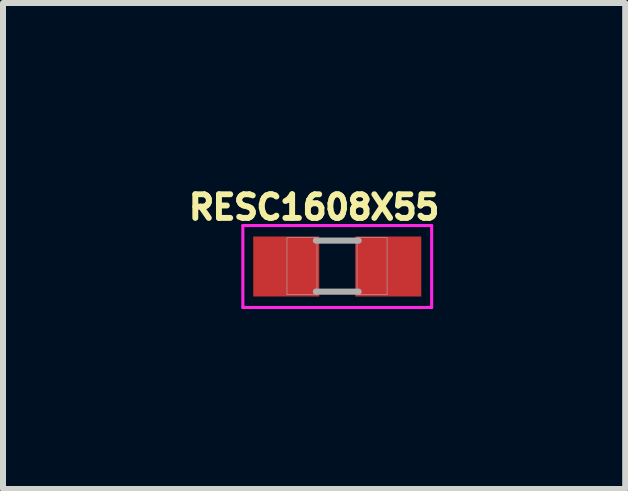
<source format=kicad_pcb>
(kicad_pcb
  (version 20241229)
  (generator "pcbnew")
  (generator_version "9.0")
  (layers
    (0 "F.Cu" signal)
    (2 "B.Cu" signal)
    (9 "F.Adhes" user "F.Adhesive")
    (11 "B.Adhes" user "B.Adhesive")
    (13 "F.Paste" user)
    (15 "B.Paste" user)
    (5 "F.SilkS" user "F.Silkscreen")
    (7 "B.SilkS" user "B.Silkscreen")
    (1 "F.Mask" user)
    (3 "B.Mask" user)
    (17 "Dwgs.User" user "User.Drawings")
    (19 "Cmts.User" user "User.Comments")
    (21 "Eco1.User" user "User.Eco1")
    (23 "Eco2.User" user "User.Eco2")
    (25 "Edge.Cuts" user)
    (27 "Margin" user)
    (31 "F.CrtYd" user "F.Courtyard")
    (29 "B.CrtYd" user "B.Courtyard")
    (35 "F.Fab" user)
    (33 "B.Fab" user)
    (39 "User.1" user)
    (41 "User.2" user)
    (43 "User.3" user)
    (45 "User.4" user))
  (footprint "RESC1608X55"
    (layer "F.Cu")
    (at 2.57 1.391)
    (property "Reference" "RESC1608X55" (at -0.386 -0.987 0) (layer "F.SilkS") (effects (font (size 0.394 0.394) (thickness 0.15))))
    (attr smd)
    (fp_line (start -1.573 -0.683) (end 1.573 -0.683) (stroke (width 0.051) (type solid)) (layer "F.CrtYd"))
    (fp_line (start -1.573 0.683) (end -1.573 -0.683) (stroke (width 0.051) (type solid)) (layer "F.CrtYd"))
    (fp_line (start 1.573 -0.683) (end 1.573 0.683) (stroke (width 0.051) (type solid)) (layer "F.CrtYd"))
    (fp_line (start 1.573 0.683) (end -1.573 0.683) (stroke (width 0.051) (type solid)) (layer "F.CrtYd"))
    (fp_line (start -0.356 -0.432) (end 0.356 -0.432) (stroke (width 0.102) (type solid)) (layer "F.Fab"))
    (fp_line (start -0.356 0.419) (end 0.356 0.419) (stroke (width 0.102) (type solid)) (layer "F.Fab"))
    (fp_poly (pts (xy -0.838 -0.48) (xy -0.338 -0.48) (xy -0.338 0.47) (xy -0.838 0.47)) (stroke (width 0.01) (type solid)) (fill no) (layer "F.Fab"))
    (fp_poly (pts (xy 0.33 -0.48) (xy 0.83 -0.48) (xy 0.83 0.47) (xy 0.33 0.47)) (stroke (width 0.01) (type solid)) (fill no) (layer "F.Fab"))
    (pad "1" smd rect (at -0.85 0) (size 1.1 1) (layers "F.Cu" "F.Mask" "F.Paste"))
    (pad "2" smd rect (at 0.85 0) (size 1.1 1) (layers "F.Cu" "F.Mask" "F.Paste")))
  (gr_rect
    (start -3 -3)
    (end 7.368 5.099)
    (stroke (width 0.1) (type default))
    (fill no)
    (layer "Edge.Cuts")))
</source>
